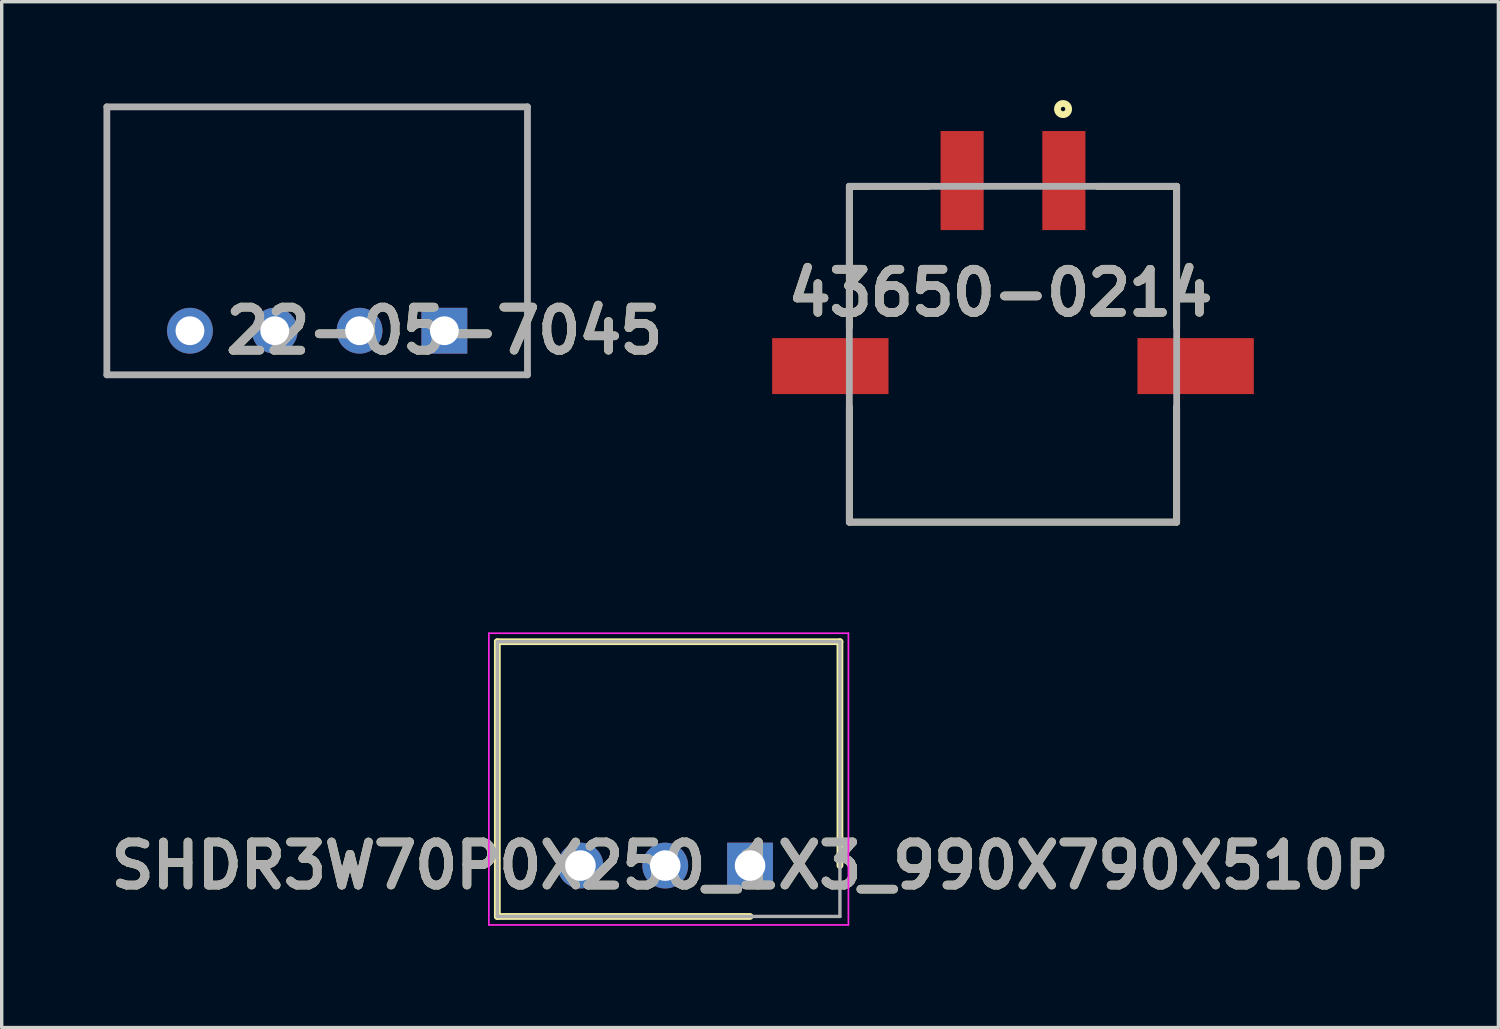
<source format=kicad_pcb>
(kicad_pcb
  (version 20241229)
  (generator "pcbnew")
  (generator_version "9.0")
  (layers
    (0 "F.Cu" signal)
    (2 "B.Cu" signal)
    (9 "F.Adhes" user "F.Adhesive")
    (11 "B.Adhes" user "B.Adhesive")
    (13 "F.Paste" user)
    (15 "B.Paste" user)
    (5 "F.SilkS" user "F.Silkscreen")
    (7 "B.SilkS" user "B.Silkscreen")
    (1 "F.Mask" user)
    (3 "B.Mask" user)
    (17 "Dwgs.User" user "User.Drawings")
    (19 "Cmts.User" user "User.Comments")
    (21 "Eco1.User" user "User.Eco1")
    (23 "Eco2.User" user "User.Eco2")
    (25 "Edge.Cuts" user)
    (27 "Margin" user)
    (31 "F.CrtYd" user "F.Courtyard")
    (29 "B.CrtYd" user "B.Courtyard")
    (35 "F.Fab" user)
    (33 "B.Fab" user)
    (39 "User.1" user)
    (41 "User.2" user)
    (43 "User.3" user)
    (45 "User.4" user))
  (footprint "SHDR3W70P0X250_1X3_990X790X510P"
    (layer "F.Cu")
    (at 19.062 22.468)
    (property "Reference" "SHDR3W70P0X250_1X3_990X790X510P" (at 0 0 0) (layer "F.SilkS") (effects (font (size 1.27 1.27) (thickness 0.254))))
    (attr through_hole)
    (fp_line (start -7.45 -6.6) (end 2.65 -6.6) (stroke (width 0.2) (type solid)) (layer "F.SilkS"))
    (fp_line (start -7.45 1.5) (end -7.45 -6.6) (stroke (width 0.2) (type solid)) (layer "F.SilkS"))
    (fp_line (start 0 1.5) (end -7.45 1.5) (stroke (width 0.2) (type solid)) (layer "F.SilkS"))
    (fp_line (start 2.65 -6.6) (end 2.65 0) (stroke (width 0.2) (type solid)) (layer "F.SilkS"))
    (fp_line (start -7.7 -6.85) (end 2.9 -6.85) (stroke (width 0.05) (type solid)) (layer "F.CrtYd"))
    (fp_line (start -7.7 1.75) (end -7.7 -6.85) (stroke (width 0.05) (type solid)) (layer "F.CrtYd"))
    (fp_line (start 2.9 -6.85) (end 2.9 1.75) (stroke (width 0.05) (type solid)) (layer "F.CrtYd"))
    (fp_line (start 2.9 1.75) (end -7.7 1.75) (stroke (width 0.05) (type solid)) (layer "F.CrtYd"))
    (fp_line (start -7.45 -6.6) (end 2.65 -6.6) (stroke (width 0.1) (type solid)) (layer "F.Fab"))
    (fp_line (start -7.45 1.5) (end -7.45 -6.6) (stroke (width 0.1) (type solid)) (layer "F.Fab"))
    (fp_line (start 2.65 -6.6) (end 2.65 1.5) (stroke (width 0.1) (type solid)) (layer "F.Fab"))
    (fp_line (start 2.65 1.5) (end -7.45 1.5) (stroke (width 0.1) (type solid)) (layer "F.Fab"))
    (fp_text user "${REFERENCE}" (at 0 0 0) (layer "F.Fab") (effects (font (size 1.27 1.27) (thickness 0.254))))
    (pad "1" thru_hole rect (at 0 0) (size 1.35 1.35) (drill 0.9) (layers "*.Cu" "*.Mask"))
    (pad "2" thru_hole circle (at -2.5 0) (size 1.35 1.35) (drill 0.9) (layers "*.Cu" "*.Mask"))
    (pad "3" thru_hole circle (at -5 0) (size 1.35 1.35) (drill 0.9) (layers "*.Cu" "*.Mask")))
  (footprint "22-05-7045"
    (layer "F.Cu")
    (at 10.05 6.7)
    (property "Reference" "22-05-7045" (at 0 0 0) (layer "F.SilkS") (effects (font (size 1.27 1.27) (thickness 0.254))))
    (attr through_hole)
    (fp_line (start -9.95 -6.6) (end 2.45 -6.6) (stroke (width 0.1) (type solid)) (layer "F.SilkS"))
    (fp_line (start -9.95 1.3) (end -9.95 -6.6) (stroke (width 0.1) (type solid)) (layer "F.SilkS"))
    (fp_line (start 2.45 -6.6) (end 2.45 1.3) (stroke (width 0.1) (type solid)) (layer "F.SilkS"))
    (fp_line (start 2.45 1.3) (end -9.95 1.3) (stroke (width 0.1) (type solid)) (layer "F.SilkS"))
    (fp_line (start -9.95 -6.6) (end 2.45 -6.6) (stroke (width 0.2) (type solid)) (layer "F.Fab"))
    (fp_line (start -9.95 1.3) (end -9.95 -6.6) (stroke (width 0.2) (type solid)) (layer "F.Fab"))
    (fp_line (start 2.45 -6.6) (end 2.45 1.3) (stroke (width 0.2) (type solid)) (layer "F.Fab"))
    (fp_line (start 2.45 1.3) (end -9.95 1.3) (stroke (width 0.2) (type solid)) (layer "F.Fab"))
    (fp_text user "${REFERENCE}" (at 0 0 0) (layer "F.Fab") (effects (font (size 1.27 1.27) (thickness 0.254))))
    (pad "1" thru_hole rect (at 0 0) (size 1.35 1.35) (drill 0.85) (layers "*.Cu" "*.Mask"))
    (pad "2" thru_hole circle (at -2.5 0) (size 1.35 1.35) (drill 0.85) (layers "*.Cu" "*.Mask"))
    (pad "3" thru_hole circle (at -5 0) (size 1.35 1.35) (drill 0.85) (layers "*.Cu" "*.Mask"))
    (pad "4" thru_hole circle (at -7.5 0) (size 1.35 1.35) (drill 0.85) (layers "*.Cu" "*.Mask")))
  (footprint "43650-0214"
    (layer "F.Cu")
    (at 26.814 12.343)
    (property "Reference" "43650-0214" (at -0.371 -6.759 0) (layer "F.SilkS") (effects (font (size 1.27 1.27) (thickness 0.254))))
    (attr smd)
    (fp_line (start -4.825 -9.9) (end -4.825 -5.747) (stroke (width 0.2) (type solid)) (layer "F.SilkS"))
    (fp_line (start -4.825 -9.9) (end -2.494 -9.9) (stroke (width 0.2) (type solid)) (layer "F.SilkS"))
    (fp_line (start -4.825 0) (end -4.825 -3.4) (stroke (width 0.2) (type solid)) (layer "F.SilkS"))
    (fp_line (start -4.825 0) (end 4.825 0) (stroke (width 0.2) (type solid)) (layer "F.SilkS"))
    (fp_line (start 4.825 -9.9) (end 2.494 -9.9) (stroke (width 0.2) (type solid)) (layer "F.SilkS"))
    (fp_line (start 4.825 -9.9) (end 4.825 -5.747) (stroke (width 0.2) (type solid)) (layer "F.SilkS"))
    (fp_line (start 4.825 0) (end 4.825 -3.4) (stroke (width 0.2) (type solid)) (layer "F.SilkS"))
    (fp_circle (center 1.476 -12.178) (end 1.476 -12.113) (stroke (width 0.2) (type solid)) (fill no) (layer "F.SilkS"))
    (fp_line (start -4.825 -9.9) (end 4.825 -9.9) (stroke (width 0.2) (type solid)) (layer "F.Fab"))
    (fp_line (start -4.825 0) (end -4.825 -9.9) (stroke (width 0.2) (type solid)) (layer "F.Fab"))
    (fp_line (start 4.825 -9.9) (end 4.825 0) (stroke (width 0.2) (type solid)) (layer "F.Fab"))
    (fp_line (start 4.825 0) (end -4.825 0) (stroke (width 0.2) (type solid)) (layer "F.Fab"))
    (fp_text user "${REFERENCE}" (at -0.371 -6.759 0) (layer "F.Fab") (effects (font (size 1.27 1.27) (thickness 0.254))))
    (pad "1" smd rect (at 1.5 -10.07) (size 1.27 2.92) (layers "F.Cu" "F.Mask" "F.Paste"))
    (pad "2" smd rect (at -1.5 -10.07) (size 1.27 2.92) (layers "F.Cu" "F.Mask" "F.Paste"))
    (pad "3" smd rect (at -5.385 -4.6 90) (size 1.65 3.43) (layers "F.Cu" "F.Mask" "F.Paste"))
    (pad "4" smd rect (at 5.385 -4.6 90) (size 1.65 3.43) (layers "F.Cu" "F.Mask" "F.Paste")))
  (gr_rect
    (start -3 -3)
    (end 41.124 27.243)
    (stroke (width 0.1) (type default))
    (fill no)
    (layer "Edge.Cuts")))
</source>
